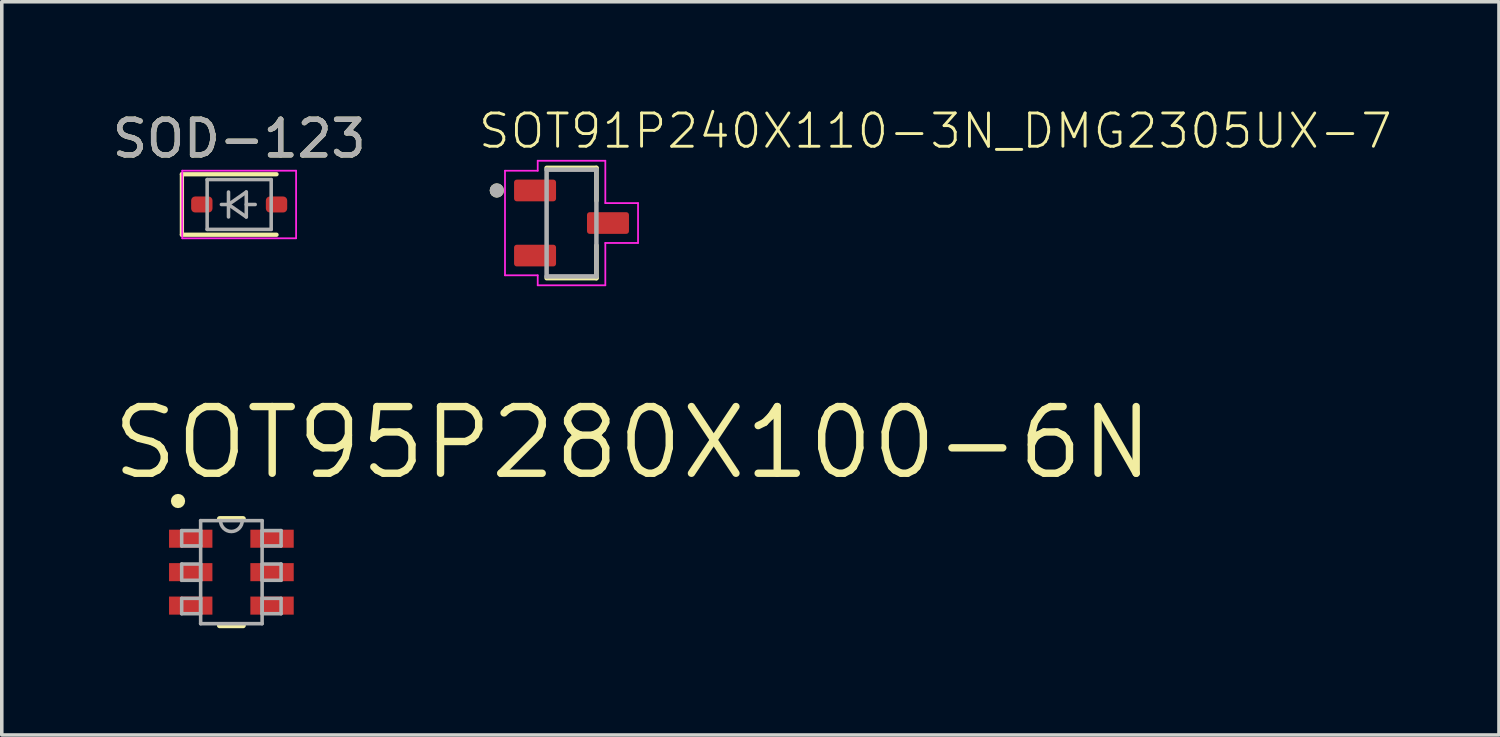
<source format=kicad_pcb>
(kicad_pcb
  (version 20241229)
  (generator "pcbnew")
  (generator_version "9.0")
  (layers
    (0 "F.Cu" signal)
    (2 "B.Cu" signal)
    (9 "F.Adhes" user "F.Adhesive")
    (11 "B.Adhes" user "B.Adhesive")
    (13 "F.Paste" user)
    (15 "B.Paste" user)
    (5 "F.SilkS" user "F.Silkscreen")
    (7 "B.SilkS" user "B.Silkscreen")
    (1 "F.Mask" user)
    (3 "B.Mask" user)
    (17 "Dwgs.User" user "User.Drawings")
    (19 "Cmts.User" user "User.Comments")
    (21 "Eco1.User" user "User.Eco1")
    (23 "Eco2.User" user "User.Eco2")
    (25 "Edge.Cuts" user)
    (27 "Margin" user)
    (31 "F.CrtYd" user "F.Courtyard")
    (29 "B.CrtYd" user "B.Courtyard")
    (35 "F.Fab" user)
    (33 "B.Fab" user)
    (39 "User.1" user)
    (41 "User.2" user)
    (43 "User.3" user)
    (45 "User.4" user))
  (footprint "SOD-123"
    (layer "F.Cu")
    (at 3.673 2.698)
    (property "Reference" "SOD-123" (at 0 -1.85 0) (layer "F.SilkS") (effects (font (size 1 1) (thickness 0.15))))
    (attr smd)
    (fp_line (start -1.61 -0.85) (end -1.61 0.85) (stroke (width 0.12) (type solid)) (layer "F.SilkS"))
    (fp_line (start -1.61 -0.85) (end 1.05 -0.85) (stroke (width 0.12) (type solid)) (layer "F.SilkS"))
    (fp_line (start -1.61 0.85) (end 1.05 0.85) (stroke (width 0.12) (type solid)) (layer "F.SilkS"))
    (fp_line (start -1.6 -0.95) (end -1.6 0.95) (stroke (width 0.05) (type solid)) (layer "F.CrtYd"))
    (fp_line (start -1.6 -0.95) (end 1.6 -0.95) (stroke (width 0.05) (type solid)) (layer "F.CrtYd"))
    (fp_line (start -1.6 0.95) (end 1.6 0.95) (stroke (width 0.05) (type solid)) (layer "F.CrtYd"))
    (fp_line (start 1.6 -0.95) (end 1.6 0.95) (stroke (width 0.05) (type solid)) (layer "F.CrtYd"))
    (fp_line (start -0.9 -0.7) (end 0.9 -0.7) (stroke (width 0.1) (type solid)) (layer "F.Fab"))
    (fp_line (start -0.9 0.7) (end -0.9 -0.7) (stroke (width 0.1) (type solid)) (layer "F.Fab"))
    (fp_line (start -0.3 -0.35) (end -0.3 0.35) (stroke (width 0.1) (type solid)) (layer "F.Fab"))
    (fp_line (start -0.3 0) (end -0.5 0) (stroke (width 0.1) (type solid)) (layer "F.Fab"))
    (fp_line (start -0.3 0) (end 0.2 -0.35) (stroke (width 0.1) (type solid)) (layer "F.Fab"))
    (fp_line (start 0.2 -0.35) (end 0.2 0.35) (stroke (width 0.1) (type solid)) (layer "F.Fab"))
    (fp_line (start 0.2 0) (end 0.45 0) (stroke (width 0.1) (type solid)) (layer "F.Fab"))
    (fp_line (start 0.2 0.35) (end -0.3 0) (stroke (width 0.1) (type solid)) (layer "F.Fab"))
    (fp_line (start 0.9 -0.7) (end 0.9 0.7) (stroke (width 0.1) (type solid)) (layer "F.Fab"))
    (fp_line (start 0.9 0.7) (end -0.9 0.7) (stroke (width 0.1) (type solid)) (layer "F.Fab"))
    (fp_text user "${REFERENCE}" (at 0 -1.85 0) (layer "F.Fab") (effects (font (size 1 1) (thickness 0.15))))
    (pad "1" smd roundrect (at 1.05 0) (size 0.6 0.45) (layers "F.Cu" "F.Mask" "F.Paste") (roundrect_rratio 0.25))
    (pad "2" smd roundrect (at -1.05 0) (size 0.6 0.45) (layers "F.Cu" "F.Mask" "F.Paste") (roundrect_rratio 0.25)))
  (footprint "SOT91P240X110-3N_DMG2305UX-7"
    (layer "F.Cu")
    (at 13.015 3.219)
    (property "Reference" "SOT91P240X110-3N_DMG2305UX-7" (at -2.67 -2.04 0) (unlocked yes) (layer "F.SilkS") (effects (font (size 0.935 0.935) (thickness 0.081)) (justify left bottom)))
    (fp_line (start -0.7 -1.55) (end 0.7 -1.55) (stroke (width 0.127) (type solid)) (layer "F.SilkS"))
    (fp_line (start 0.7 -1.55) (end 0.7 -0.63) (stroke (width 0.127) (type solid)) (layer "F.SilkS"))
    (fp_line (start 0.7 0.63) (end 0.7 1.55) (stroke (width 0.127) (type solid)) (layer "F.SilkS"))
    (fp_line (start 0.7 1.55) (end -0.7 1.55) (stroke (width 0.127) (type solid)) (layer "F.SilkS"))
    (fp_circle (center -2.1 -0.915) (end -2 -0.915) (stroke (width 0.2) (type solid)) (fill no) (layer "F.SilkS"))
    (fp_line (start -1.87 -1.47) (end -0.95 -1.47) (stroke (width 0.05) (type solid)) (layer "F.CrtYd"))
    (fp_line (start -1.87 1.47) (end -1.87 -1.47) (stroke (width 0.05) (type solid)) (layer "F.CrtYd"))
    (fp_line (start -0.95 -1.75) (end 0.95 -1.75) (stroke (width 0.05) (type solid)) (layer "F.CrtYd"))
    (fp_line (start -0.95 -1.47) (end -0.95 -1.75) (stroke (width 0.05) (type solid)) (layer "F.CrtYd"))
    (fp_line (start -0.95 1.47) (end -1.87 1.47) (stroke (width 0.05) (type solid)) (layer "F.CrtYd"))
    (fp_line (start -0.95 1.75) (end -0.95 1.47) (stroke (width 0.05) (type solid)) (layer "F.CrtYd"))
    (fp_line (start 0.95 -1.75) (end 0.95 -0.56) (stroke (width 0.05) (type solid)) (layer "F.CrtYd"))
    (fp_line (start 0.95 -0.56) (end 1.87 -0.56) (stroke (width 0.05) (type solid)) (layer "F.CrtYd"))
    (fp_line (start 0.95 0.56) (end 0.95 1.75) (stroke (width 0.05) (type solid)) (layer "F.CrtYd"))
    (fp_line (start 0.95 1.75) (end -0.95 1.75) (stroke (width 0.05) (type solid)) (layer "F.CrtYd"))
    (fp_line (start 1.87 -0.56) (end 1.87 0.56) (stroke (width 0.05) (type solid)) (layer "F.CrtYd"))
    (fp_line (start 1.87 0.56) (end 0.95 0.56) (stroke (width 0.05) (type solid)) (layer "F.CrtYd"))
    (fp_line (start -0.7 -1.5) (end 0.7 -1.5) (stroke (width 0.127) (type solid)) (layer "F.Fab"))
    (fp_line (start -0.7 1.5) (end -0.7 -1.5) (stroke (width 0.127) (type solid)) (layer "F.Fab"))
    (fp_line (start 0.7 -1.5) (end 0.7 1.5) (stroke (width 0.127) (type solid)) (layer "F.Fab"))
    (fp_line (start 0.7 1.5) (end -0.7 1.5) (stroke (width 0.127) (type solid)) (layer "F.Fab"))
    (fp_circle (center -2.1 -0.915) (end -2 -0.915) (stroke (width 0.2) (type solid)) (fill no) (layer "F.Fab"))
    (pad "1" smd roundrect (at -1.025 -0.915) (size 1.18 0.61) (layers "F.Cu" "F.Mask" "F.Paste") (roundrect_rratio 0.125))
    (pad "2" smd roundrect (at -1.025 0.915) (size 1.18 0.61) (layers "F.Cu" "F.Mask" "F.Paste") (roundrect_rratio 0.125))
    (pad "3" smd roundrect (at 1.025 0) (size 1.18 0.61) (layers "F.Cu" "F.Mask" "F.Paste") (roundrect_rratio 0.125)))
  (footprint "SOT95P280X100-6N"
    (layer "F.Cu")
    (at 3.454 13.033)
    (property "Reference" "SOT95P280X100-6N" (at -3.454 -2.54 0) (unlocked yes) (layer "F.SilkS") (effects (font (size 1.875 1.875) (thickness 0.208)) (justify left bottom)))
    (fp_line (start -0.33 1.5) (end 0.33 1.5) (stroke (width 0.152) (type solid)) (layer "F.SilkS"))
    (fp_line (start 0.33 -1.5) (end -0.33 -1.5) (stroke (width 0.152) (type solid)) (layer "F.SilkS"))
    (fp_circle (center -1.5 -2) (end -1.4 -2) (stroke (width 0.2) (type solid)) (fill no) (layer "F.SilkS"))
    (fp_line (start -1.397 -1.168) (end -1.397 -0.737) (stroke (width 0.1) (type solid)) (layer "F.Fab"))
    (fp_line (start -1.397 -0.737) (end -0.864 -0.737) (stroke (width 0.1) (type solid)) (layer "F.Fab"))
    (fp_line (start -1.397 -0.229) (end -1.397 0.229) (stroke (width 0.1) (type solid)) (layer "F.Fab"))
    (fp_line (start -1.397 0.229) (end -0.864 0.229) (stroke (width 0.1) (type solid)) (layer "F.Fab"))
    (fp_line (start -1.397 0.737) (end -1.397 1.168) (stroke (width 0.1) (type solid)) (layer "F.Fab"))
    (fp_line (start -1.397 1.168) (end -0.864 1.168) (stroke (width 0.1) (type solid)) (layer "F.Fab"))
    (fp_line (start -0.864 -1.448) (end -0.864 1.448) (stroke (width 0.1) (type solid)) (layer "F.Fab"))
    (fp_line (start -0.864 -1.168) (end -1.397 -1.168) (stroke (width 0.1) (type solid)) (layer "F.Fab"))
    (fp_line (start -0.864 -0.737) (end -0.864 -1.168) (stroke (width 0.1) (type solid)) (layer "F.Fab"))
    (fp_line (start -0.864 -0.229) (end -1.397 -0.229) (stroke (width 0.1) (type solid)) (layer "F.Fab"))
    (fp_line (start -0.864 0.229) (end -0.864 -0.229) (stroke (width 0.1) (type solid)) (layer "F.Fab"))
    (fp_line (start -0.864 0.737) (end -1.397 0.737) (stroke (width 0.1) (type solid)) (layer "F.Fab"))
    (fp_line (start -0.864 1.168) (end -0.864 0.737) (stroke (width 0.1) (type solid)) (layer "F.Fab"))
    (fp_line (start -0.864 1.448) (end 0.864 1.448) (stroke (width 0.1) (type solid)) (layer "F.Fab"))
    (fp_line (start -0.305 -1.448) (end -0.864 -1.448) (stroke (width 0.1) (type solid)) (layer "F.Fab"))
    (fp_line (start 0.305 -1.448) (end -0.305 -1.448) (stroke (width 0.1) (type solid)) (layer "F.Fab"))
    (fp_line (start 0.864 -1.448) (end 0.305 -1.448) (stroke (width 0.1) (type solid)) (layer "F.Fab"))
    (fp_line (start 0.864 -1.168) (end 0.864 -0.737) (stroke (width 0.1) (type solid)) (layer "F.Fab"))
    (fp_line (start 0.864 -0.737) (end 1.397 -0.737) (stroke (width 0.1) (type solid)) (layer "F.Fab"))
    (fp_line (start 0.864 -0.229) (end 0.864 0.229) (stroke (width 0.1) (type solid)) (layer "F.Fab"))
    (fp_line (start 0.864 0.229) (end 1.397 0.229) (stroke (width 0.1) (type solid)) (layer "F.Fab"))
    (fp_line (start 0.864 0.737) (end 0.864 1.168) (stroke (width 0.1) (type solid)) (layer "F.Fab"))
    (fp_line (start 0.864 1.168) (end 1.397 1.168) (stroke (width 0.1) (type solid)) (layer "F.Fab"))
    (fp_line (start 0.864 1.448) (end 0.864 -1.448) (stroke (width 0.1) (type solid)) (layer "F.Fab"))
    (fp_line (start 1.397 -1.168) (end 0.864 -1.168) (stroke (width 0.1) (type solid)) (layer "F.Fab"))
    (fp_line (start 1.397 -0.737) (end 1.397 -1.168) (stroke (width 0.1) (type solid)) (layer "F.Fab"))
    (fp_line (start 1.397 -0.229) (end 0.864 -0.229) (stroke (width 0.1) (type solid)) (layer "F.Fab"))
    (fp_line (start 1.397 0.229) (end 1.397 -0.229) (stroke (width 0.1) (type solid)) (layer "F.Fab"))
    (fp_line (start 1.397 0.737) (end 0.864 0.737) (stroke (width 0.1) (type solid)) (layer "F.Fab"))
    (fp_line (start 1.397 1.168) (end 1.397 0.737) (stroke (width 0.1) (type solid)) (layer "F.Fab"))
    (fp_arc (start 0.3048 -1.4478) (mid 0 -1.143) (end -0.3048 -1.4478) (stroke (width 0.1) (type solid)) (layer "F.Fab"))
    (pad "1" smd rect (at -1.143 -0.94) (size 1.219 0.508) (layers "F.Cu" "F.Mask" "F.Paste"))
    (pad "2" smd rect (at -1.143 0) (size 1.219 0.508) (layers "F.Cu" "F.Mask" "F.Paste"))
    (pad "3" smd rect (at -1.143 0.94) (size 1.219 0.508) (layers "F.Cu" "F.Mask" "F.Paste"))
    (pad "4" smd rect (at 1.143 0.94) (size 1.219 0.508) (layers "F.Cu" "F.Mask" "F.Paste"))
    (pad "5" smd rect (at 1.143 0) (size 1.219 0.508) (layers "F.Cu" "F.Mask" "F.Paste"))
    (pad "6" smd rect (at 1.143 -0.94) (size 1.219 0.508) (layers "F.Cu" "F.Mask" "F.Paste")))
  (gr_rect
    (start -3 -3)
    (end 39.085 17.609)
    (stroke (width 0.1) (type default))
    (fill no)
    (layer "Edge.Cuts")))
</source>
